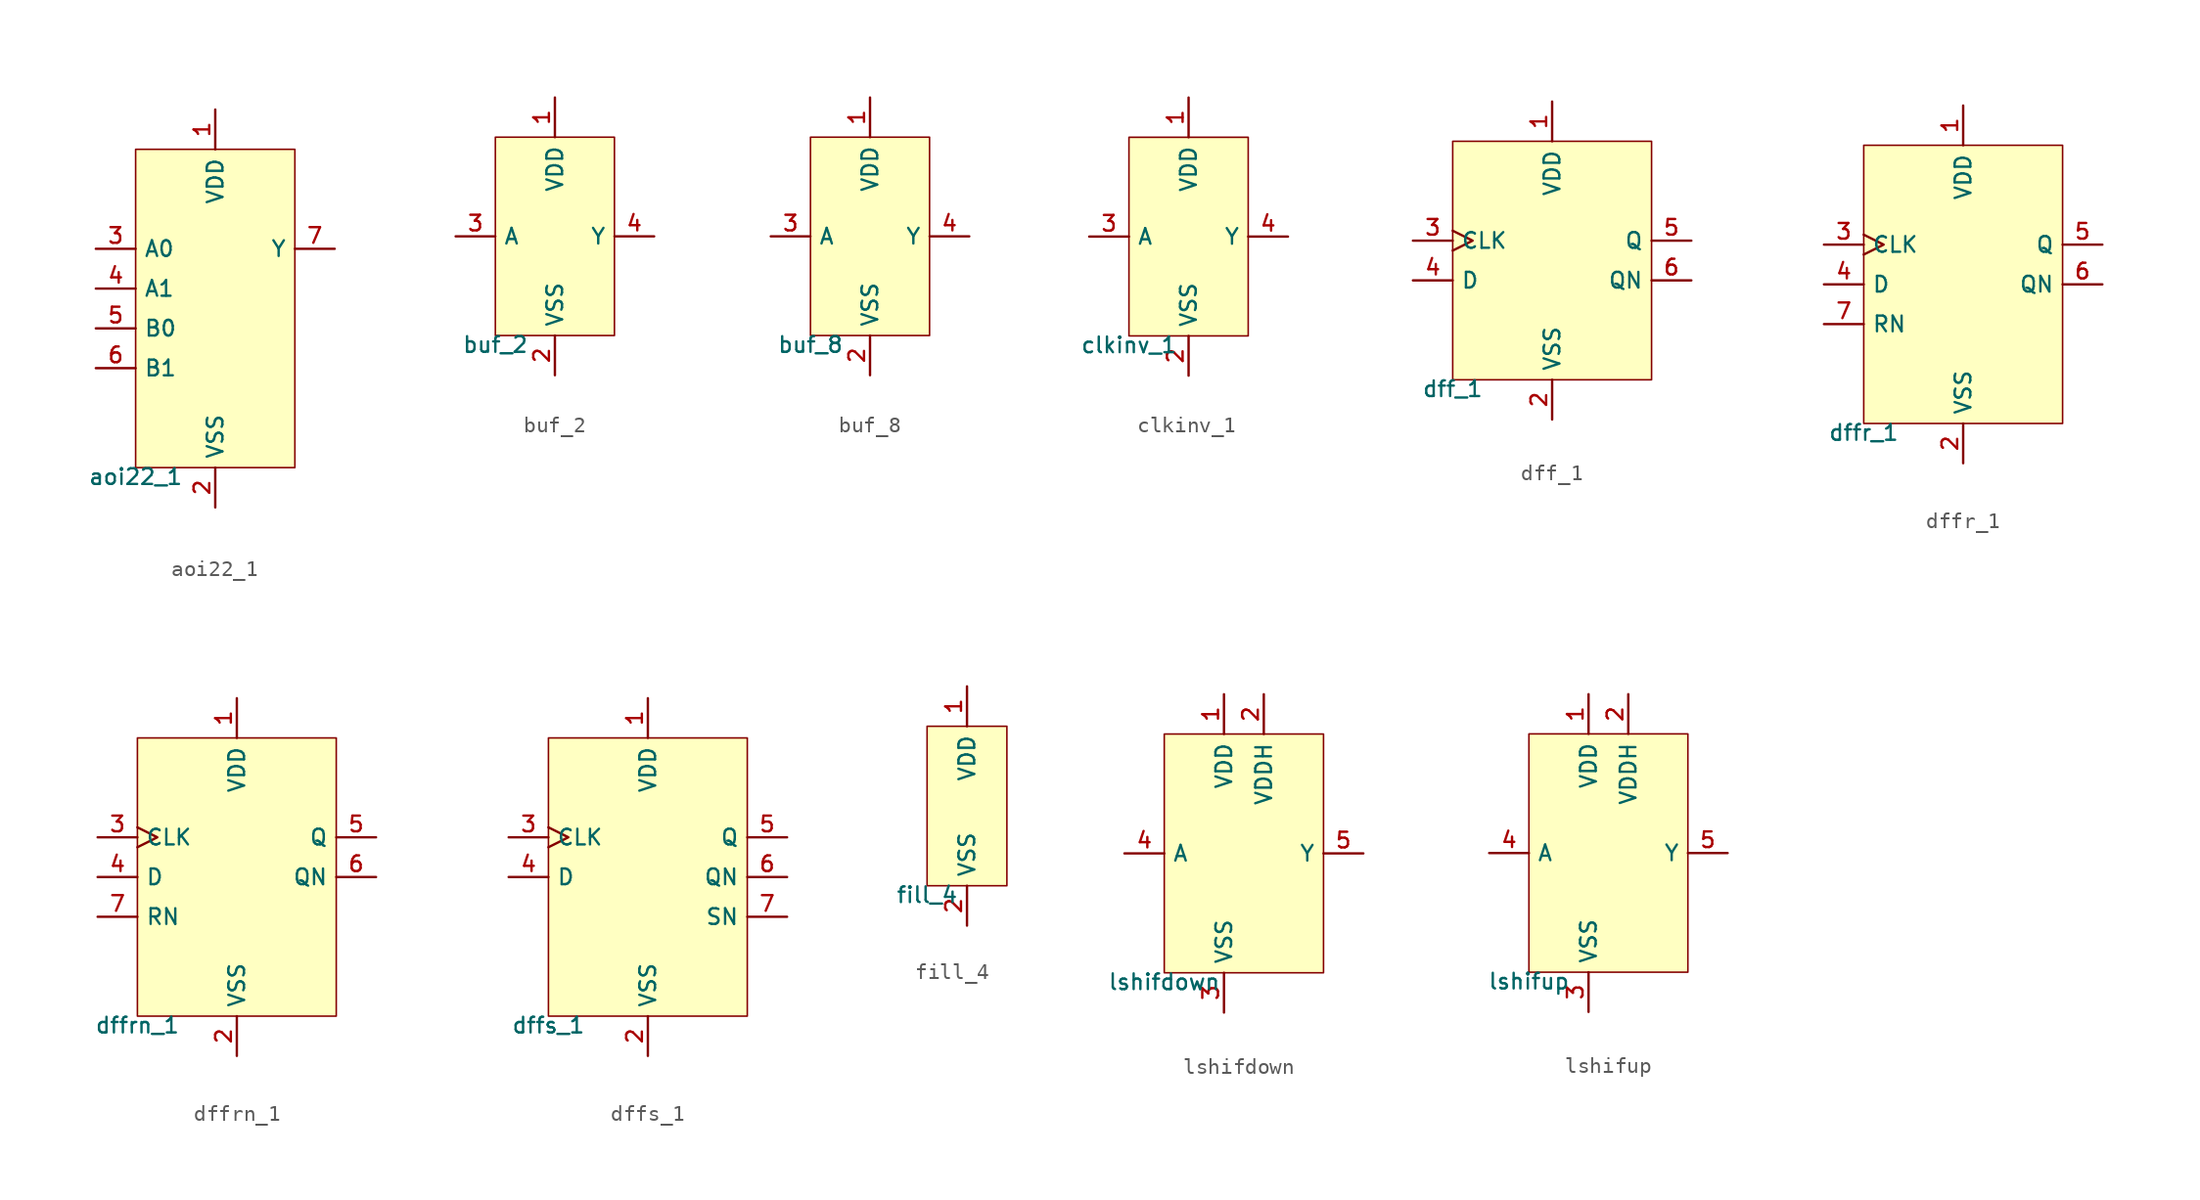
<source format=kicad_sym>
(kicad_symbol_lib
  (version 20211014)
  (generator pdk2kicad)
  (symbol "aoi22_1"
    (property "Reference" "X"
      (at 0 0 0)
      (effects (font (size 1 1)) hide))
    (property "Value" "aoi22_1"
      (at -5.08 -10.16 0)
      (effects (font (size 1 1)) (justify top)))
    (rectangle
      (start -5.08 -10.16)
      (end 5.08 10.16)
      (stroke (width 0.1) (type solid) (color 0 0 0 0))
      (fill (type background)))
    (pin power_in line
      (at 0.0 12.7 270)
      (length 2.54)
      (name "VDD" (effects (font (size 1 1)) hide))
      (number "1" (effects (font (size 1 1)) hide)))
    (pin power_in line
      (at 0.0 -12.7 90)
      (length 2.54)
      (name "VSS" (effects (font (size 1 1)) hide))
      (number "2" (effects (font (size 1 1)) hide)))
    (pin input line
      (at -7.62 3.81 0)
      (length 2.54)
      (name "A0" (effects (font (size 1 1)) hide))
      (number "3" (effects (font (size 1 1)) hide)))
    (pin input line
      (at -7.62 1.27 0)
      (length 2.54)
      (name "A1" (effects (font (size 1 1)) hide))
      (number "4" (effects (font (size 1 1)) hide)))
    (pin input line
      (at -7.62 -1.27 0)
      (length 2.54)
      (name "B0" (effects (font (size 1 1)) hide))
      (number "5" (effects (font (size 1 1)) hide)))
    (pin input line
      (at -7.62 -3.81 0)
      (length 2.54)
      (name "B1" (effects (font (size 1 1)) hide))
      (number "6" (effects (font (size 1 1)) hide)))
    (pin output line
      (at 7.62 3.81 180)
      (length 2.54)
      (name "Y" (effects (font (size 1 1)) hide))
      (number "7" (effects (font (size 1 1)) hide))))
  (symbol "buf_2"
    (property "Reference" "X"
      (at 0 0 0)
      (effects (font (size 1 1)) hide))
    (property "Value" "buf_2"
      (at -3.81 -6.35 0)
      (effects (font (size 1 1)) (justify top)))
    (rectangle
      (start -3.81 -6.35)
      (end 3.81 6.35)
      (stroke (width 0.1) (type solid) (color 0 0 0 0))
      (fill (type background)))
    (pin power_in line
      (at 0.0 8.89 270)
      (length 2.54)
      (name "VDD" (effects (font (size 1 1)) hide))
      (number "1" (effects (font (size 1 1)) hide)))
    (pin power_in line
      (at 0.0 -8.89 90)
      (length 2.54)
      (name "VSS" (effects (font (size 1 1)) hide))
      (number "2" (effects (font (size 1 1)) hide)))
    (pin input line
      (at -6.35 -4.440892098500626e-16 0)
      (length 2.54)
      (name "A" (effects (font (size 1 1)) hide))
      (number "3" (effects (font (size 1 1)) hide)))
    (pin output line
      (at 6.35 -4.440892098500626e-16 180)
      (length 2.54)
      (name "Y" (effects (font (size 1 1)) hide))
      (number "4" (effects (font (size 1 1)) hide))))
  (symbol "buf_8"
    (property "Reference" "X"
      (at 0 0 0)
      (effects (font (size 1 1)) hide))
    (property "Value" "buf_8"
      (at -3.81 -6.35 0)
      (effects (font (size 1 1)) (justify top)))
    (rectangle
      (start -3.81 -6.35)
      (end 3.81 6.35)
      (stroke (width 0.1) (type solid) (color 0 0 0 0))
      (fill (type background)))
    (pin power_in line
      (at 0.0 8.89 270)
      (length 2.54)
      (name "VDD" (effects (font (size 1 1)) hide))
      (number "1" (effects (font (size 1 1)) hide)))
    (pin power_in line
      (at 0.0 -8.89 90)
      (length 2.54)
      (name "VSS" (effects (font (size 1 1)) hide))
      (number "2" (effects (font (size 1 1)) hide)))
    (pin input line
      (at -6.35 -4.440892098500626e-16 0)
      (length 2.54)
      (name "A" (effects (font (size 1 1)) hide))
      (number "3" (effects (font (size 1 1)) hide)))
    (pin output line
      (at 6.35 -4.440892098500626e-16 180)
      (length 2.54)
      (name "Y" (effects (font (size 1 1)) hide))
      (number "4" (effects (font (size 1 1)) hide))))
  (symbol "clkinv_1"
    (property "Reference" "X"
      (at 0 0 0)
      (effects (font (size 1 1)) hide))
    (property "Value" "clkinv_1"
      (at -3.81 -6.35 0)
      (effects (font (size 1 1)) (justify top)))
    (rectangle
      (start -3.81 -6.35)
      (end 3.81 6.35)
      (stroke (width 0.1) (type solid) (color 0 0 0 0))
      (fill (type background)))
    (pin power_in line
      (at 0.0 8.89 270)
      (length 2.54)
      (name "VDD" (effects (font (size 1 1)) hide))
      (number "1" (effects (font (size 1 1)) hide)))
    (pin power_in line
      (at 0.0 -8.89 90)
      (length 2.54)
      (name "VSS" (effects (font (size 1 1)) hide))
      (number "2" (effects (font (size 1 1)) hide)))
    (pin input line
      (at -6.35 -4.440892098500626e-16 0)
      (length 2.54)
      (name "A" (effects (font (size 1 1)) hide))
      (number "3" (effects (font (size 1 1)) hide)))
    (pin output line
      (at 6.35 -4.440892098500626e-16 180)
      (length 2.54)
      (name "Y" (effects (font (size 1 1)) hide))
      (number "4" (effects (font (size 1 1)) hide))))
  (symbol "dff_1"
    (property "Reference" "X"
      (at 0 0 0)
      (effects (font (size 1 1)) hide))
    (property "Value" "dff_1"
      (at -6.35 -7.62 0)
      (effects (font (size 1 1)) (justify top)))
    (rectangle
      (start -6.35 -7.62)
      (end 6.35 7.62)
      (stroke (width 0.1) (type solid) (color 0 0 0 0))
      (fill (type background)))
    (pin power_in line
      (at 4.440892098500626e-16 10.16 270)
      (length 2.54)
      (name "VDD" (effects (font (size 1 1)) hide))
      (number "1" (effects (font (size 1 1)) hide)))
    (pin power_in line
      (at 4.440892098500626e-16 -10.16 90)
      (length 2.54)
      (name "VSS" (effects (font (size 1 1)) hide))
      (number "2" (effects (font (size 1 1)) hide)))
    (pin input clock
      (at -8.89 1.27 0)
      (length 2.54)
      (name "CLK" (effects (font (size 1 1)) hide))
      (number "3" (effects (font (size 1 1)) hide)))
    (pin input line
      (at -8.89 -1.27 0)
      (length 2.54)
      (name "D" (effects (font (size 1 1)) hide))
      (number "4" (effects (font (size 1 1)) hide)))
    (pin output line
      (at 8.89 1.27 180)
      (length 2.54)
      (name "Q" (effects (font (size 1 1)) hide))
      (number "5" (effects (font (size 1 1)) hide)))
    (pin output line
      (at 8.89 -1.27 180)
      (length 2.54)
      (name "QN" (effects (font (size 1 1)) hide))
      (number "6" (effects (font (size 1 1)) hide))))
  (symbol "dffr_1"
    (property "Reference" "X"
      (at 0 0 0)
      (effects (font (size 1 1)) hide))
    (property "Value" "dffr_1"
      (at -6.35 -8.89 0)
      (effects (font (size 1 1)) (justify top)))
    (rectangle
      (start -6.35 -8.89)
      (end 6.35 8.89)
      (stroke (width 0.1) (type solid) (color 0 0 0 0))
      (fill (type background)))
    (pin power_in line
      (at 4.440892098500626e-16 11.43 270)
      (length 2.54)
      (name "VDD" (effects (font (size 1 1)) hide))
      (number "1" (effects (font (size 1 1)) hide)))
    (pin power_in line
      (at 4.440892098500626e-16 -11.43 90)
      (length 2.54)
      (name "VSS" (effects (font (size 1 1)) hide))
      (number "2" (effects (font (size 1 1)) hide)))
    (pin input clock
      (at -8.89 2.54 0)
      (length 2.54)
      (name "CLK" (effects (font (size 1 1)) hide))
      (number "3" (effects (font (size 1 1)) hide)))
    (pin input line
      (at -8.89 4.440892098500626e-16 0)
      (length 2.54)
      (name "D" (effects (font (size 1 1)) hide))
      (number "4" (effects (font (size 1 1)) hide)))
    (pin output line
      (at 8.89 2.54 180)
      (length 2.54)
      (name "Q" (effects (font (size 1 1)) hide))
      (number "5" (effects (font (size 1 1)) hide)))
    (pin output line
      (at 8.89 4.440892098500626e-16 180)
      (length 2.54)
      (name "QN" (effects (font (size 1 1)) hide))
      (number "6" (effects (font (size 1 1)) hide)))
    (pin input line
      (at -8.89 -2.54 0)
      (length 2.54)
      (name "RN" (effects (font (size 1 1)) hide))
      (number "7" (effects (font (size 1 1)) hide))))
  (symbol "dffrn_1"
    (property "Reference" "X"
      (at 0 0 0)
      (effects (font (size 1 1)) hide))
    (property "Value" "dffrn_1"
      (at -6.35 -8.89 0)
      (effects (font (size 1 1)) (justify top)))
    (rectangle
      (start -6.35 -8.89)
      (end 6.35 8.89)
      (stroke (width 0.1) (type solid) (color 0 0 0 0))
      (fill (type background)))
    (pin power_in line
      (at 4.440892098500626e-16 11.43 270)
      (length 2.54)
      (name "VDD" (effects (font (size 1 1)) hide))
      (number "1" (effects (font (size 1 1)) hide)))
    (pin power_in line
      (at 4.440892098500626e-16 -11.43 90)
      (length 2.54)
      (name "VSS" (effects (font (size 1 1)) hide))
      (number "2" (effects (font (size 1 1)) hide)))
    (pin input clock
      (at -8.89 2.54 0)
      (length 2.54)
      (name "CLK" (effects (font (size 1 1)) hide))
      (number "3" (effects (font (size 1 1)) hide)))
    (pin input line
      (at -8.89 4.440892098500626e-16 0)
      (length 2.54)
      (name "D" (effects (font (size 1 1)) hide))
      (number "4" (effects (font (size 1 1)) hide)))
    (pin output line
      (at 8.89 2.54 180)
      (length 2.54)
      (name "Q" (effects (font (size 1 1)) hide))
      (number "5" (effects (font (size 1 1)) hide)))
    (pin output line
      (at 8.89 4.440892098500626e-16 180)
      (length 2.54)
      (name "QN" (effects (font (size 1 1)) hide))
      (number "6" (effects (font (size 1 1)) hide)))
    (pin input line
      (at -8.89 -2.54 0)
      (length 2.54)
      (name "RN" (effects (font (size 1 1)) hide))
      (number "7" (effects (font (size 1 1)) hide))))
  (symbol "dffs_1"
    (property "Reference" "X"
      (at 0 0 0)
      (effects (font (size 1 1)) hide))
    (property "Value" "dffs_1"
      (at -6.35 -8.89 0)
      (effects (font (size 1 1)) (justify top)))
    (rectangle
      (start -6.35 -8.89)
      (end 6.35 8.89)
      (stroke (width 0.1) (type solid) (color 0 0 0 0))
      (fill (type background)))
    (pin power_in line
      (at 4.440892098500626e-16 11.43 270)
      (length 2.54)
      (name "VDD" (effects (font (size 1 1)) hide))
      (number "1" (effects (font (size 1 1)) hide)))
    (pin power_in line
      (at 4.440892098500626e-16 -11.43 90)
      (length 2.54)
      (name "VSS" (effects (font (size 1 1)) hide))
      (number "2" (effects (font (size 1 1)) hide)))
    (pin input clock
      (at -8.89 2.54 0)
      (length 2.54)
      (name "CLK" (effects (font (size 1 1)) hide))
      (number "3" (effects (font (size 1 1)) hide)))
    (pin input line
      (at -8.89 4.440892098500626e-16 0)
      (length 2.54)
      (name "D" (effects (font (size 1 1)) hide))
      (number "4" (effects (font (size 1 1)) hide)))
    (pin output line
      (at 8.89 2.54 180)
      (length 2.54)
      (name "Q" (effects (font (size 1 1)) hide))
      (number "5" (effects (font (size 1 1)) hide)))
    (pin output line
      (at 8.89 4.440892098500626e-16 180)
      (length 2.54)
      (name "QN" (effects (font (size 1 1)) hide))
      (number "6" (effects (font (size 1 1)) hide)))
    (pin output line
      (at 8.89 -2.54 180)
      (length 2.54)
      (name "SN" (effects (font (size 1 1)) hide))
      (number "7" (effects (font (size 1 1)) hide))))
  (symbol "fill_4"
    (property "Reference" "X"
      (at 0 0 0)
      (effects (font (size 1 1)) hide))
    (property "Value" "fill_4"
      (at -2.54 -5.08 0)
      (effects (font (size 1 1)) (justify top)))
    (rectangle
      (start -2.54 -5.08)
      (end 2.54 5.08)
      (stroke (width 0.1) (type solid) (color 0 0 0 0))
      (fill (type background)))
    (pin power_in line
      (at 0.0 7.62 270)
      (length 2.54)
      (name "VDD" (effects (font (size 1 1)) hide))
      (number "1" (effects (font (size 1 1)) hide)))
    (pin power_in line
      (at 0.0 -7.62 90)
      (length 2.54)
      (name "VSS" (effects (font (size 1 1)) hide))
      (number "2" (effects (font (size 1 1)) hide))))
  (symbol "lshifdown"
    (property "Reference" "X"
      (at 0 0 0)
      (effects (font (size 1 1)) hide))
    (property "Value" "lshifdown"
      (at -5.08 -7.62 0)
      (effects (font (size 1 1)) (justify top)))
    (rectangle
      (start -5.08 -7.62)
      (end 5.08 7.62)
      (stroke (width 0.1) (type solid) (color 0 0 0 0))
      (fill (type background)))
    (pin power_in line
      (at -1.27 10.16 270)
      (length 2.54)
      (name "VDD" (effects (font (size 1 1)) hide))
      (number "1" (effects (font (size 1 1)) hide)))
    (pin power_in line
      (at 1.27 10.16 270)
      (length 2.54)
      (name "VDDH" (effects (font (size 1 1)) hide))
      (number "2" (effects (font (size 1 1)) hide)))
    (pin power_in line
      (at -1.27 -10.16 90)
      (length 2.54)
      (name "VSS" (effects (font (size 1 1)) hide))
      (number "3" (effects (font (size 1 1)) hide)))
    (pin input line
      (at -7.62 0.0 0)
      (length 2.54)
      (name "A" (effects (font (size 1 1)) hide))
      (number "4" (effects (font (size 1 1)) hide)))
    (pin output line
      (at 7.62 0.0 180)
      (length 2.54)
      (name "Y" (effects (font (size 1 1)) hide))
      (number "5" (effects (font (size 1 1)) hide))))
  (symbol "lshifup"
    (property "Reference" "X"
      (at 0 0 0)
      (effects (font (size 1 1)) hide))
    (property "Value" "lshifup"
      (at -5.08 -7.62 0)
      (effects (font (size 1 1)) (justify top)))
    (rectangle
      (start -5.08 -7.62)
      (end 5.08 7.62)
      (stroke (width 0.1) (type solid) (color 0 0 0 0))
      (fill (type background)))
    (pin power_in line
      (at -1.27 10.16 270)
      (length 2.54)
      (name "VDD" (effects (font (size 1 1)) hide))
      (number "1" (effects (font (size 1 1)) hide)))
    (pin power_in line
      (at 1.27 10.16 270)
      (length 2.54)
      (name "VDDH" (effects (font (size 1 1)) hide))
      (number "2" (effects (font (size 1 1)) hide)))
    (pin power_in line
      (at -1.27 -10.16 90)
      (length 2.54)
      (name "VSS" (effects (font (size 1 1)) hide))
      (number "3" (effects (font (size 1 1)) hide)))
    (pin input line
      (at -7.62 0.0 0)
      (length 2.54)
      (name "A" (effects (font (size 1 1)) hide))
      (number "4" (effects (font (size 1 1)) hide)))
    (pin output line
      (at 7.62 0.0 180)
      (length 2.54)
      (name "Y" (effects (font (size 1 1)) hide))
      (number "5" (effects (font (size 1 1)) hide)))))
</source>
